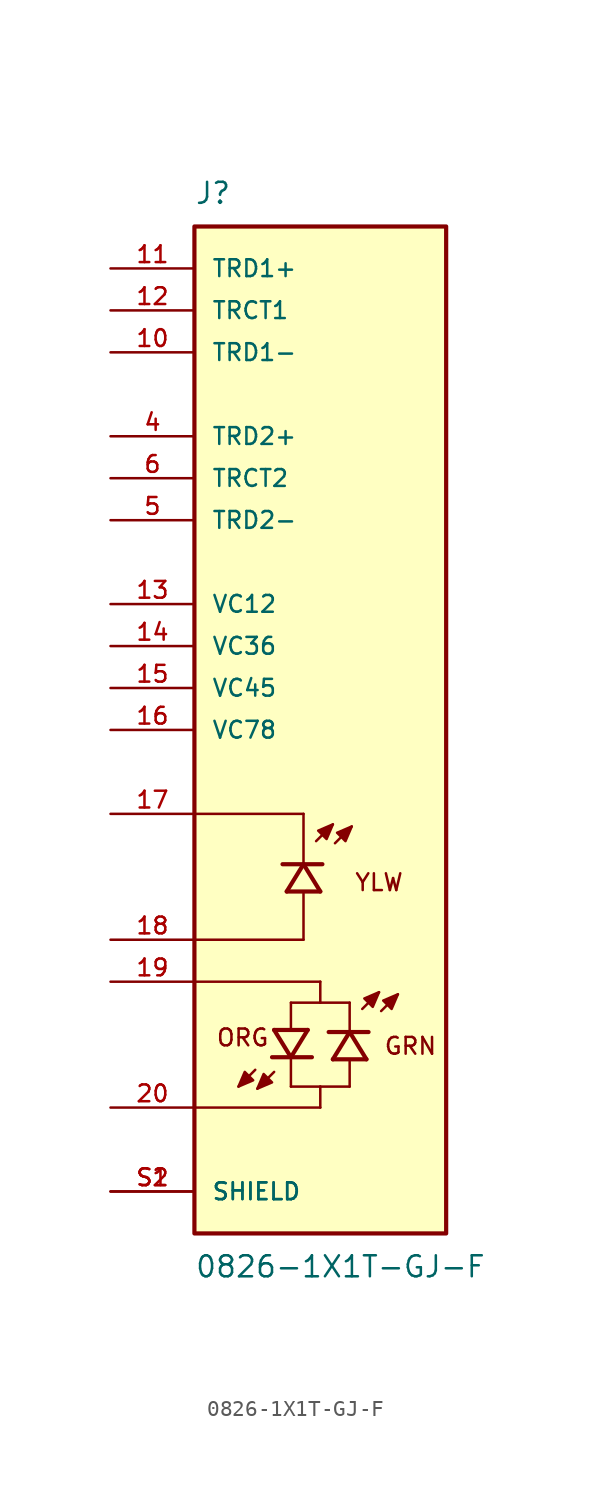
<source format=kicad_sym>
(kicad_symbol_lib
  (version 20211014)
  (generator kicad_symbol_editor)
  (symbol "0826-1X1T-GJ-F"
    (pin_names
      (offset 1.016))
    (property "Reference" "J"
      (at -7.62 31.75 0)
      (effects (font (size 1.27 1.27)) (justify bottom left)))
    (property "Value" "0826-1X1T-GJ-F"
      (at -7.62 -31.75 0)
      (effects (font (size 1.27 1.27)) (justify top left)))
    (symbol "0826-1X1T-GJ-F_0_0"
      (polyline (pts (xy -0.254 -6.731) (xy 0.762 -5.715)) (stroke (width 0.152)))
      (polyline (pts (xy 0.889 -6.858) (xy 1.905 -5.842)) (stroke (width 0.152)))
      (polyline (pts (xy 0.762 -5.715) (xy -0.127 -6.096) (xy 0.381 -6.604) (xy 0.762 -5.715)) (stroke (width 0.152)) (fill (type outline)))
      (polyline (pts (xy 1.905 -5.842) (xy 1.016 -6.223) (xy 1.524 -6.731) (xy 1.905 -5.842)) (stroke (width 0.152)) (fill (type outline)))
      (polyline (pts (xy 0.0 -9.779) (xy -1.016 -8.128)) (stroke (width 0.254)))
      (polyline (pts (xy -1.016 -8.128) (xy -2.032 -9.779)) (stroke (width 0.254)))
      (polyline (pts (xy 0.127 -8.128) (xy -1.016 -8.128)) (stroke (width 0.254)))
      (polyline (pts (xy -1.016 -8.128) (xy -2.286 -8.128)) (stroke (width 0.254)))
      (polyline (pts (xy 0.0 -9.779) (xy -2.032 -9.779)) (stroke (width 0.254)))
      (polyline (pts (xy -1.016 -12.7) (xy -1.016 -9.906)) (stroke (width 0.152)))
      (polyline (pts (xy -1.016 -8.001) (xy -1.016 -5.08)) (stroke (width 0.152)))
      (polyline (pts (xy -1.016 -5.08) (xy -7.62 -5.08)) (stroke (width 0.152)))
      (polyline (pts (xy -1.016 -12.7) (xy -7.62 -12.7)) (stroke (width 0.152)))
      (text "YLW" (at 2.032 -8.636 0) (effects (font (size 1.016 1.016)) (justify top left)))
      (polyline (pts (xy -2.794 -18.161) (xy -1.778 -19.812)) (stroke (width 0.254)))
      (polyline (pts (xy -1.778 -19.812) (xy -0.762 -18.161)) (stroke (width 0.254)))
      (polyline (pts (xy -2.921 -19.812) (xy -1.778 -19.812)) (stroke (width 0.254)))
      (polyline (pts (xy -1.778 -19.812) (xy -0.508 -19.812)) (stroke (width 0.254)))
      (polyline (pts (xy -2.794 -18.161) (xy -0.762 -18.161)) (stroke (width 0.254)))
      (polyline (pts (xy 2.54 -16.891) (xy 3.556 -15.875)) (stroke (width 0.152)))
      (polyline (pts (xy 3.683 -17.018) (xy 4.699 -16.002)) (stroke (width 0.152)))
      (polyline (pts (xy -1.778 -16.51) (xy -1.778 -18.034)) (stroke (width 0.152)))
      (polyline (pts (xy -1.778 -19.939) (xy -1.778 -21.59)) (stroke (width 0.152)))
      (polyline (pts (xy -2.794 -20.701) (xy -3.81 -21.717)) (stroke (width 0.152)))
      (polyline (pts (xy -3.937 -20.574) (xy -4.953 -21.59)) (stroke (width 0.152)))
      (polyline (pts (xy 3.556 -15.875) (xy 2.667 -16.256) (xy 3.175 -16.764) (xy 3.556 -15.875)) (stroke (width 0.152)) (fill (type outline)))
      (polyline (pts (xy 4.699 -16.002) (xy 3.81 -16.383) (xy 4.318 -16.891) (xy 4.699 -16.002)) (stroke (width 0.152)) (fill (type outline)))
      (polyline (pts (xy -3.81 -21.717) (xy -2.921 -21.336) (xy -3.429 -20.828) (xy -3.81 -21.717)) (stroke (width 0.152)) (fill (type outline)))
      (polyline (pts (xy -4.953 -21.59) (xy -4.064 -21.209) (xy -4.572 -20.701) (xy -4.953 -21.59)) (stroke (width 0.152)) (fill (type outline)))
      (polyline (pts (xy 2.794 -19.939) (xy 1.778 -18.288)) (stroke (width 0.254)))
      (polyline (pts (xy 1.778 -18.288) (xy 0.762 -19.939)) (stroke (width 0.254)))
      (polyline (pts (xy 2.921 -18.288) (xy 1.778 -18.288)) (stroke (width 0.254)))
      (polyline (pts (xy 1.778 -18.288) (xy 0.508 -18.288)) (stroke (width 0.254)))
      (polyline (pts (xy 2.794 -19.939) (xy 0.762 -19.939)) (stroke (width 0.254)))
      (polyline (pts (xy 1.778 -21.59) (xy 1.778 -20.066)) (stroke (width 0.152)))
      (polyline (pts (xy 1.778 -18.161) (xy 1.778 -16.51)) (stroke (width 0.152)))
      (polyline (pts (xy -1.778 -16.51) (xy 0.0 -16.51)) (stroke (width 0.152)))
      (polyline (pts (xy 0.0 -16.51) (xy 1.778 -16.51)) (stroke (width 0.152)))
      (polyline (pts (xy -1.778 -21.59) (xy 0.0 -21.59)) (stroke (width 0.152)))
      (polyline (pts (xy 0.0 -21.59) (xy 1.778 -21.59)) (stroke (width 0.152)))
      (polyline (pts (xy 0.0 -16.51) (xy 0.0 -15.24)) (stroke (width 0.152)))
      (polyline (pts (xy 0.0 -21.59) (xy 0.0 -22.86)) (stroke (width 0.152)))
      (text "ORG" (at -6.35 -18.034 0) (effects (font (size 1.016 1.016)) (justify top left)))
      (text "GRN" (at 3.81 -18.542 0) (effects (font (size 1.016 1.016)) (justify top left)))
      (polyline (pts (xy 0.0 -15.24) (xy -7.62 -15.24)) (stroke (width 0.152)))
      (polyline (pts (xy 0.0 -22.86) (xy -7.62 -22.86)) (stroke (width 0.152)))
      (rectangle (start -7.62 -30.48) (end 7.62 30.48) (stroke (width 0.254)) (fill (type background)))
      (pin passive line (at -12.7 22.86 0) (length 5.08) (name "TRD1-" (effects (font (size 1.016 1.016)))) (number "10" (effects (font (size 1.016 1.016)))))
      (pin passive line (at -12.7 27.94 0) (length 5.08) (name "TRD1+" (effects (font (size 1.016 1.016)))) (number "11" (effects (font (size 1.016 1.016)))))
      (pin passive line (at -12.7 12.7 0) (length 5.08) (name "TRD2-" (effects (font (size 1.016 1.016)))) (number "5" (effects (font (size 1.016 1.016)))))
      (pin passive line (at -12.7 17.78 0) (length 5.08) (name "TRD2+" (effects (font (size 1.016 1.016)))) (number "4" (effects (font (size 1.016 1.016)))))
      (pin passive line (at -12.7 -12.7 0) (length 5.08) (name "~" (effects (font (size 1.016 1.016)))) (number "18" (effects (font (size 1.016 1.016)))))
      (pin passive line (at -12.7 -5.08 0) (length 5.08) (name "~" (effects (font (size 1.016 1.016)))) (number "17" (effects (font (size 1.016 1.016)))))
      (pin passive line (at -12.7 25.4 0) (length 5.08) (name "TRCT1" (effects (font (size 1.016 1.016)))) (number "12" (effects (font (size 1.016 1.016)))))
      (pin passive line (at -12.7 -27.94 0) (length 5.08) (name "SHIELD" (effects (font (size 1.016 1.016)))) (number "S1" (effects (font (size 1.016 1.016)))))
      (pin passive line (at -12.7 -27.94 0) (length 5.08) (name "SHIELD" (effects (font (size 1.016 1.016)))) (number "S2" (effects (font (size 1.016 1.016)))))
      (pin passive line (at -12.7 15.24 0) (length 5.08) (name "TRCT2" (effects (font (size 1.016 1.016)))) (number "6" (effects (font (size 1.016 1.016)))))
      (pin passive line (at -12.7 -22.86 0) (length 5.08) (name "~" (effects (font (size 1.016 1.016)))) (number "20" (effects (font (size 1.016 1.016)))))
      (pin passive line (at -12.7 -15.24 0) (length 5.08) (name "~" (effects (font (size 1.016 1.016)))) (number "19" (effects (font (size 1.016 1.016)))))
      (pin passive line (at -12.7 7.62 0) (length 5.08) (name "VC12" (effects (font (size 1.016 1.016)))) (number "13" (effects (font (size 1.016 1.016)))))
      (pin passive line (at -12.7 5.08 0) (length 5.08) (name "VC36" (effects (font (size 1.016 1.016)))) (number "14" (effects (font (size 1.016 1.016)))))
      (pin passive line (at -12.7 2.54 0) (length 5.08) (name "VC45" (effects (font (size 1.016 1.016)))) (number "15" (effects (font (size 1.016 1.016)))))
      (pin passive line (at -12.7 0.0 0) (length 5.08) (name "VC78" (effects (font (size 1.016 1.016)))) (number "16" (effects (font (size 1.016 1.016))))))))
</source>
